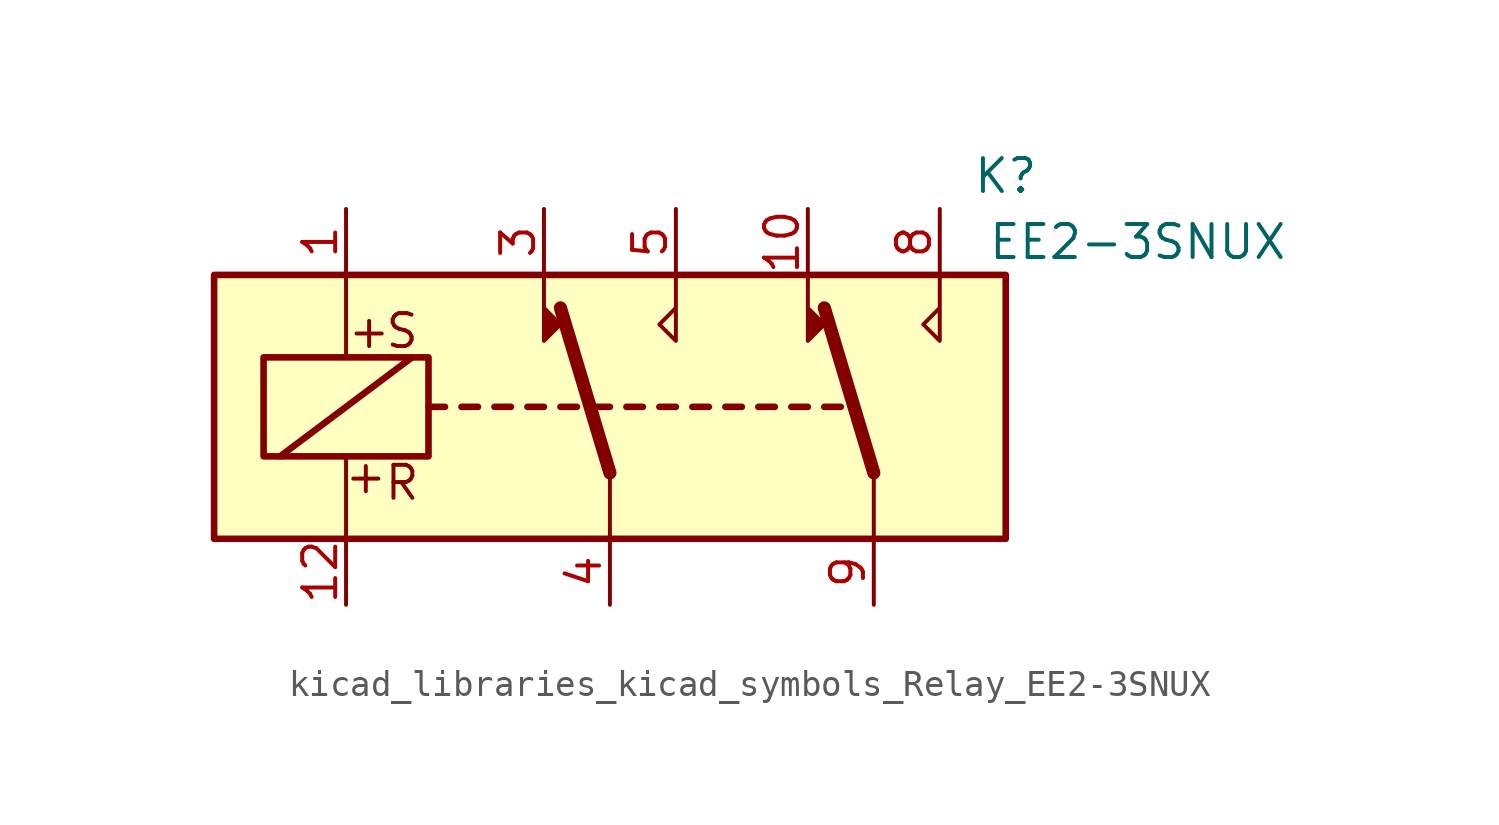
<source format=kicad_sym>
(kicad_symbol_lib
  (version 20220914)
  (generator kicad_symbol_editor)
  (symbol "kicad_libraries_kicad_symbols_Relay_EE2-3SNUX"
    (property "Reference" "K"
      (at 15.24 8.89 0)
      (effects (font (size 1.27 1.27))))
    (property "Value" "EE2-3SNUX"
      (at 20.32 6.35 0)
      (effects (font (size 1.27 1.27))))
    (symbol "kicad_libraries_kicad_symbols_Relay_EE2-3SNUX_1_1"
      (rectangle (start -15.24 5.08) (end 15.24 -5.08) (stroke (width 0.254) (type default)) (fill (type background)))
      (rectangle (start -13.335 1.905) (end -6.985 -1.905) (stroke (width 0.254) (type default)) (fill (type none)))
      (polyline (pts (xy -12.7 -1.905) (xy -7.62 1.905)) (stroke (width 0.254) (type default)) (fill (type none)))
      (polyline (pts (xy -10.16 -5.08) (xy -10.16 -1.905)) (stroke (width 0) (type default)) (fill (type none)))
      (polyline (pts (xy -10.16 5.08) (xy -10.16 1.905)) (stroke (width 0) (type default)) (fill (type none)))
      (polyline (pts (xy -6.985 0) (xy -6.35 0)) (stroke (width 0.254) (type default)) (fill (type none)))
      (polyline (pts (xy -5.715 0) (xy -5.08 0)) (stroke (width 0.254) (type default)) (fill (type none)))
      (polyline (pts (xy -4.445 0) (xy -3.81 0)) (stroke (width 0.254) (type default)) (fill (type none)))
      (polyline (pts (xy -3.175 0) (xy -2.54 0)) (stroke (width 0.254) (type default)) (fill (type none)))
      (polyline (pts (xy -1.905 0) (xy -1.27 0)) (stroke (width 0.254) (type default)) (fill (type none)))
      (polyline (pts (xy -0.635 0) (xy 0 0)) (stroke (width 0.254) (type default)) (fill (type none)))
      (polyline (pts (xy 0 -2.54) (xy -1.905 3.81)) (stroke (width 0.508) (type default)) (fill (type none)))
      (polyline (pts (xy 0 -2.54) (xy 0 -5.08)) (stroke (width 0) (type default)) (fill (type none)))
      (polyline (pts (xy 0.635 0) (xy 1.27 0)) (stroke (width 0.254) (type default)) (fill (type none)))
      (polyline (pts (xy 1.905 0) (xy 2.54 0)) (stroke (width 0.254) (type default)) (fill (type none)))
      (polyline (pts (xy 3.175 0) (xy 3.81 0)) (stroke (width 0.254) (type default)) (fill (type none)))
      (polyline (pts (xy 4.445 0) (xy 5.08 0)) (stroke (width 0.254) (type default)) (fill (type none)))
      (polyline (pts (xy 5.715 0) (xy 6.35 0)) (stroke (width 0.254) (type default)) (fill (type none)))
      (polyline (pts (xy 6.985 0) (xy 7.62 0)) (stroke (width 0.254) (type default)) (fill (type none)))
      (polyline (pts (xy 8.255 0) (xy 8.89 0)) (stroke (width 0.254) (type default)) (fill (type none)))
      (polyline (pts (xy 10.16 -2.54) (xy 8.255 3.81)) (stroke (width 0.508) (type default)) (fill (type none)))
      (polyline (pts (xy 10.16 -2.54) (xy 10.16 -5.08)) (stroke (width 0) (type default)) (fill (type none)))
      (polyline (pts (xy -2.54 5.08) (xy -2.54 2.54) (xy -1.905 3.175) (xy -2.54 3.81)) (stroke (width 0) (type default)) (fill (type outline)))
      (polyline (pts (xy 2.54 5.08) (xy 2.54 2.54) (xy 1.905 3.175) (xy 2.54 3.81)) (stroke (width 0) (type default)) (fill (type none)))
      (polyline (pts (xy 7.62 5.08) (xy 7.62 2.54) (xy 8.255 3.175) (xy 7.62 3.81)) (stroke (width 0) (type default)) (fill (type outline)))
      (polyline (pts (xy 12.7 5.08) (xy 12.7 2.54) (xy 12.065 3.175) (xy 12.7 3.81)) (stroke (width 0) (type default)) (fill (type none)))
      (text "+" (at -9.398 -2.667 0) (effects (font (size 1.27 1.27))))
      (text "+" (at -9.271 2.921 0) (effects (font (size 1.27 1.27))))
      (text "R" (at -8.001 -2.921 0) (effects (font (size 1.27 1.27))))
      (text "S" (at -8.001 2.921 0) (effects (font (size 1.27 1.27))))
      (pin passive line (at -10.16 7.62 270) (length 2.54) (name "~" (effects (font (size 1.27 1.27)))) (number "1" (effects (font (size 1.27 1.27)))))
      (pin passive line (at 7.62 7.62 270) (length 2.54) (name "~" (effects (font (size 1.27 1.27)))) (number "10" (effects (font (size 1.27 1.27)))))
      (pin passive line (at -10.16 -7.62 90) (length 2.54) (name "~" (effects (font (size 1.27 1.27)))) (number "12" (effects (font (size 1.27 1.27)))))
      (pin passive line (at -2.54 7.62 270) (length 2.54) (name "~" (effects (font (size 1.27 1.27)))) (number "3" (effects (font (size 1.27 1.27)))))
      (pin passive line (at 0 -7.62 90) (length 2.54) (name "~" (effects (font (size 1.27 1.27)))) (number "4" (effects (font (size 1.27 1.27)))))
      (pin passive line (at 2.54 7.62 270) (length 2.54) (name "~" (effects (font (size 1.27 1.27)))) (number "5" (effects (font (size 1.27 1.27)))))
      (pin passive line (at 12.7 7.62 270) (length 2.54) (name "~" (effects (font (size 1.27 1.27)))) (number "8" (effects (font (size 1.27 1.27)))))
      (pin passive line (at 10.16 -7.62 90) (length 2.54) (name "~" (effects (font (size 1.27 1.27)))) (number "9" (effects (font (size 1.27 1.27))))))))
</source>
